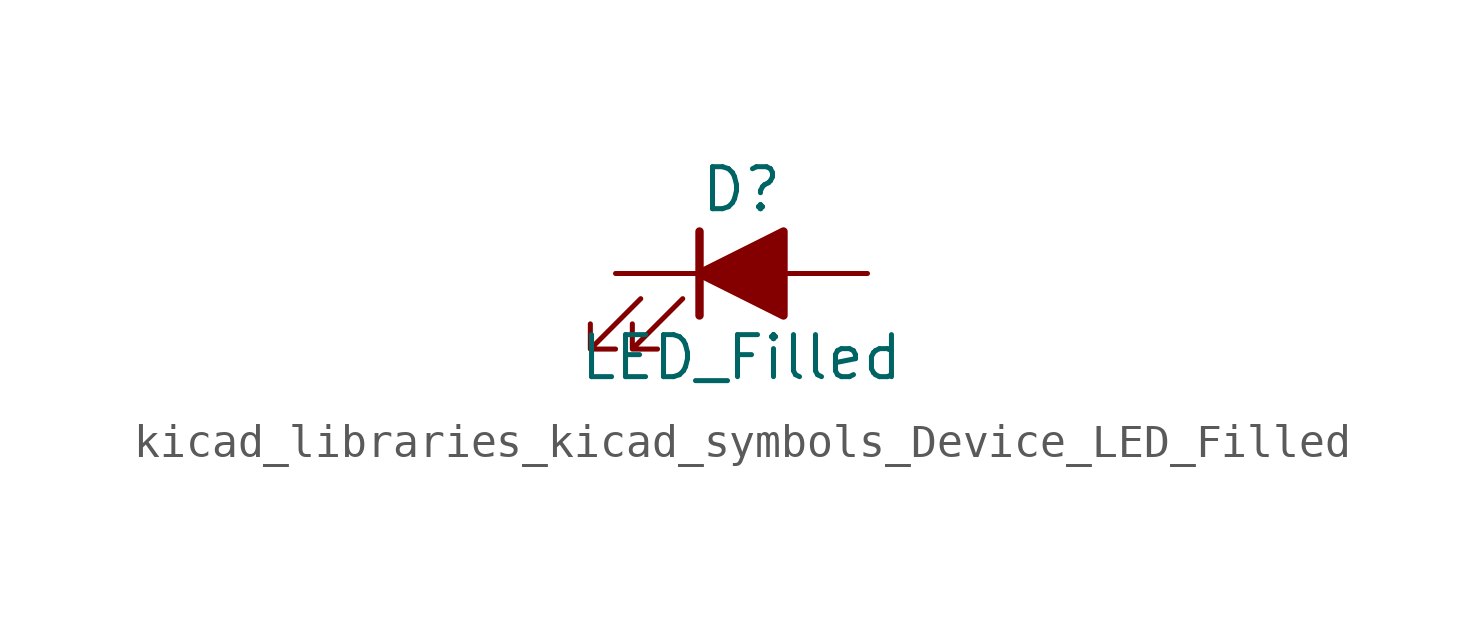
<source format=kicad_sym>
(kicad_symbol_lib
  (version 20220914)
  (generator kicad_symbol_editor)
  (symbol "kicad_libraries_kicad_symbols_Device_LED_Filled"
    (pin_numbers hide)
    (pin_names
      (offset 1.016) hide)
    (property "Reference" "D"
      (at 0 2.54 0)
      (effects (font (size 1.27 1.27))))
    (property "Value" "LED_Filled"
      (at 0 -2.54 0)
      (effects (font (size 1.27 1.27))))
    (symbol "kicad_libraries_kicad_symbols_Device_LED_Filled_0_1"
      (polyline (pts (xy -1.27 -1.27) (xy -1.27 1.27)) (stroke (width 0.254) (type default)) (fill (type none)))
      (polyline (pts (xy -1.27 0) (xy 1.27 0)) (stroke (width 0) (type default)) (fill (type none)))
      (polyline (pts (xy 1.27 -1.27) (xy 1.27 1.27) (xy -1.27 0) (xy 1.27 -1.27)) (stroke (width 0.254) (type default)) (fill (type outline)))
      (polyline (pts (xy -3.048 -0.762) (xy -4.572 -2.286) (xy -3.81 -2.286) (xy -4.572 -2.286) (xy -4.572 -1.524)) (stroke (width 0) (type default)) (fill (type none)))
      (polyline (pts (xy -1.778 -0.762) (xy -3.302 -2.286) (xy -2.54 -2.286) (xy -3.302 -2.286) (xy -3.302 -1.524)) (stroke (width 0) (type default)) (fill (type none))))
    (symbol "kicad_libraries_kicad_symbols_Device_LED_Filled_1_1"
      (pin passive line (at -3.81 0 0) (length 2.54) (name "K" (effects (font (size 1.27 1.27)))) (number "1" (effects (font (size 1.27 1.27)))))
      (pin passive line (at 3.81 0 180) (length 2.54) (name "A" (effects (font (size 1.27 1.27)))) (number "2" (effects (font (size 1.27 1.27))))))))
</source>
